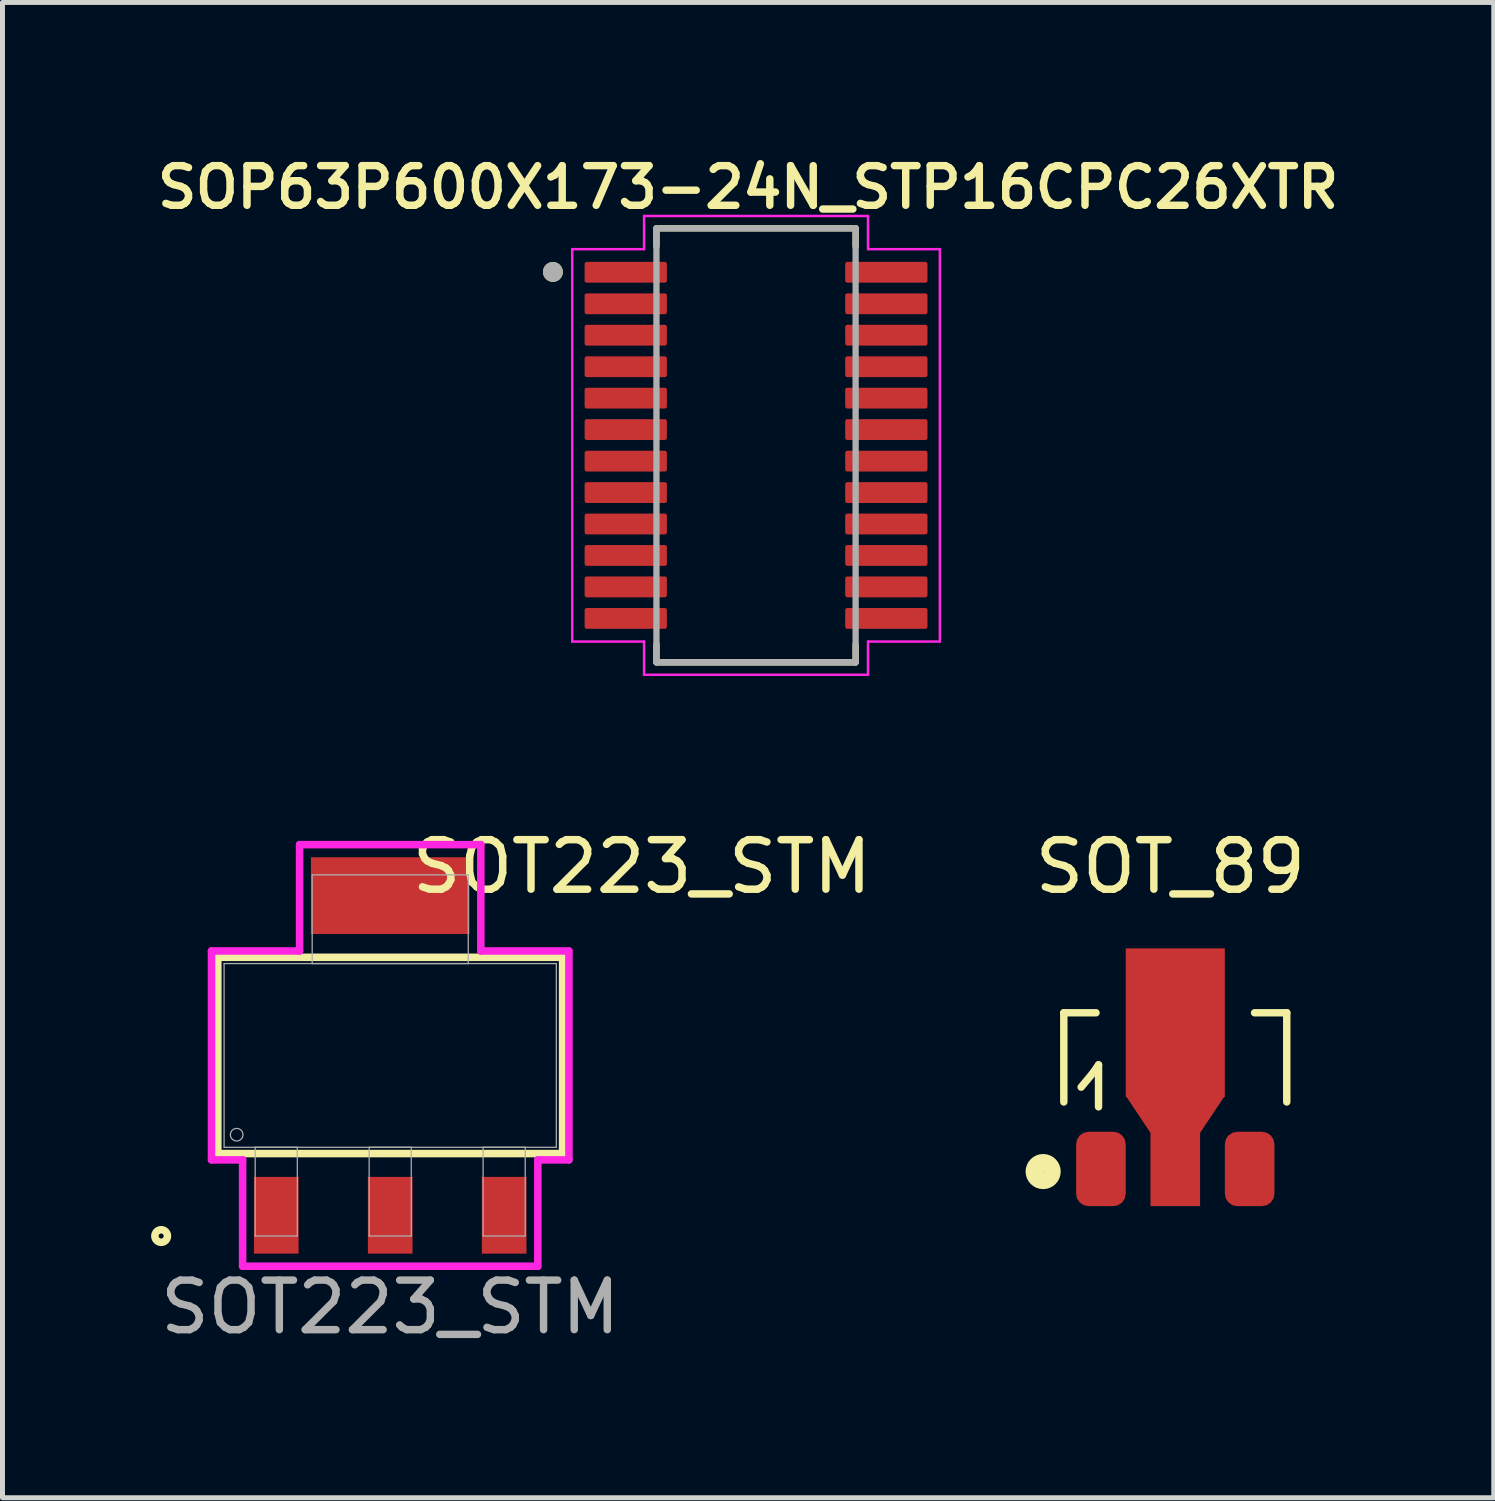
<source format=kicad_pcb>
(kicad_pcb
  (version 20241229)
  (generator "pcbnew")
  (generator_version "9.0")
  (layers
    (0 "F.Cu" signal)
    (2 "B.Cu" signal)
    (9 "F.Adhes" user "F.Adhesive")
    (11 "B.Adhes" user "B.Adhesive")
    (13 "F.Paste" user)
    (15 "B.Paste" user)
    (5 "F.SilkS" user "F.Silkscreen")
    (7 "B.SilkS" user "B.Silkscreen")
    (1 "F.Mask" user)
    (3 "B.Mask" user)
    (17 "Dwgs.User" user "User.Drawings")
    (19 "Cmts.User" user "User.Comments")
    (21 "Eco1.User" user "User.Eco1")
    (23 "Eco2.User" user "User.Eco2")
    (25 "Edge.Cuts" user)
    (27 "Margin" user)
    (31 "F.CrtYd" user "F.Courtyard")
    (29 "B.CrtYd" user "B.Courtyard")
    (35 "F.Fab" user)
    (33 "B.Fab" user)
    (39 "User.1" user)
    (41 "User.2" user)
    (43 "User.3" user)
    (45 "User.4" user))
  (footprint "SOT_89"
    (layer "F.Cu")
    (at 20.672 18.692)
    (property "Reference" "SOT_89" (at -0.099 -4.249 0) (layer "F.SilkS") (effects (font (size 1 1) (thickness 0.15))))
    (attr smd)
    (fp_line (start -2.25 -1.3) (end -2.25 0.5) (stroke (width 0.15) (type solid)) (layer "F.SilkS"))
    (fp_line (start -2.25 -1.3) (end -1.6 -1.3) (stroke (width 0.15) (type solid)) (layer "F.SilkS"))
    (fp_line (start -1.9 0.201) (end -1.651 -0.099) (stroke (width 0.15) (type solid)) (layer "F.SilkS"))
    (fp_line (start -1.651 -0.099) (end -1.549 -0.249) (stroke (width 0.15) (type solid)) (layer "F.SilkS"))
    (fp_line (start -1.549 -0.249) (end -1.549 0.599) (stroke (width 0.15) (type solid)) (layer "F.SilkS"))
    (fp_line (start 2.25 -1.3) (end 1.6 -1.3) (stroke (width 0.15) (type solid)) (layer "F.SilkS"))
    (fp_line (start 2.25 -1.3) (end 2.25 0.5) (stroke (width 0.15) (type solid)) (layer "F.SilkS"))
    (fp_circle (center -2.667 1.905) (end -2.54 2.032) (stroke (width 0.35) (type solid)) (fill no) (layer "F.SilkS"))
    (pad "1" smd roundrect (at -1.501 1.852) (size 1.001 1.501) (layers "F.Cu" "F.Mask" "F.Paste") (roundrect_rratio 0.25))
    (pad "2" smd rect (at 0 -1.1) (size 1.999 3) (layers "F.Cu" "F.Mask" "F.Paste"))
    (pad "2" smd trapezoid (at 0 0.749 180) (size 1.501 0.749) (rect_delta 0 0.5) (layers "F.Cu" "F.Mask" "F.Paste"))
    (pad "2" smd rect (at 0 1.852) (size 1.001 1.501) (layers "F.Cu" "F.Mask" "F.Paste"))
    (pad "3" smd roundrect (at 1.501 1.852) (size 1.001 1.501) (layers "F.Cu" "F.Mask" "F.Paste") (roundrect_rratio 0.25)))
  (footprint "SOT223_STM"
    (layer "F.Cu")
    (at 4.826 18.253)
    (property "Reference" "SOT223_STM" (at 5.08 -3.81 0) (unlocked yes) (layer "F.SilkS") (effects (font (size 1 1) (thickness 0.15))))
    (attr smd)
    (fp_line (start -3.48 -1.981) (end -3.48 1.981) (stroke (width 0.152) (type solid)) (layer "F.SilkS"))
    (fp_line (start -3.48 1.981) (end 3.48 1.981) (stroke (width 0.152) (type solid)) (layer "F.SilkS"))
    (fp_line (start 3.48 -1.981) (end -3.48 -1.981) (stroke (width 0.152) (type solid)) (layer "F.SilkS"))
    (fp_line (start 3.48 1.981) (end 3.48 -1.981) (stroke (width 0.152) (type solid)) (layer "F.SilkS"))
    (fp_circle (center -4.623 3.645) (end -4.496 3.645) (stroke (width 0.152) (type solid)) (fill no) (layer "F.SilkS"))
    (fp_line (start -3.607 -2.108) (end -1.829 -2.108) (stroke (width 0.152) (type solid)) (layer "F.CrtYd"))
    (fp_line (start -3.607 2.108) (end -3.607 -2.108) (stroke (width 0.152) (type solid)) (layer "F.CrtYd"))
    (fp_line (start -2.979 2.108) (end -3.607 2.108) (stroke (width 0.152) (type solid)) (layer "F.CrtYd"))
    (fp_line (start -2.979 4.255) (end -2.979 2.108) (stroke (width 0.152) (type solid)) (layer "F.CrtYd"))
    (fp_line (start -1.829 -4.255) (end 1.829 -4.255) (stroke (width 0.152) (type solid)) (layer "F.CrtYd"))
    (fp_line (start -1.829 -2.108) (end -1.829 -4.255) (stroke (width 0.152) (type solid)) (layer "F.CrtYd"))
    (fp_line (start 1.829 -4.255) (end 1.829 -2.108) (stroke (width 0.152) (type solid)) (layer "F.CrtYd"))
    (fp_line (start 1.829 -2.108) (end 3.607 -2.108) (stroke (width 0.152) (type solid)) (layer "F.CrtYd"))
    (fp_line (start 2.979 2.108) (end 2.979 4.255) (stroke (width 0.152) (type solid)) (layer "F.CrtYd"))
    (fp_line (start 2.979 4.255) (end -2.979 4.255) (stroke (width 0.152) (type solid)) (layer "F.CrtYd"))
    (fp_line (start 3.607 -2.108) (end 3.607 2.108) (stroke (width 0.152) (type solid)) (layer "F.CrtYd"))
    (fp_line (start 3.607 2.108) (end 2.979 2.108) (stroke (width 0.152) (type solid)) (layer "F.CrtYd"))
    (fp_line (start -3.353 -1.854) (end -3.353 1.854) (stroke (width 0.025) (type solid)) (layer "F.Fab"))
    (fp_line (start -3.353 1.854) (end 3.353 1.854) (stroke (width 0.025) (type solid)) (layer "F.Fab"))
    (fp_line (start -2.725 1.854) (end -2.725 3.645) (stroke (width 0.025) (type solid)) (layer "F.Fab"))
    (fp_line (start -2.725 3.645) (end -1.875 3.645) (stroke (width 0.025) (type solid)) (layer "F.Fab"))
    (fp_line (start -1.875 1.854) (end -2.725 1.854) (stroke (width 0.025) (type solid)) (layer "F.Fab"))
    (fp_line (start -1.875 3.645) (end -1.875 1.854) (stroke (width 0.025) (type solid)) (layer "F.Fab"))
    (fp_line (start -1.575 -3.645) (end -1.575 -1.854) (stroke (width 0.025) (type solid)) (layer "F.Fab"))
    (fp_line (start -1.575 -1.854) (end 1.575 -1.854) (stroke (width 0.025) (type solid)) (layer "F.Fab"))
    (fp_line (start -0.425 1.854) (end -0.425 3.645) (stroke (width 0.025) (type solid)) (layer "F.Fab"))
    (fp_line (start -0.425 3.645) (end 0.425 3.645) (stroke (width 0.025) (type solid)) (layer "F.Fab"))
    (fp_line (start 0.425 1.854) (end -0.425 1.854) (stroke (width 0.025) (type solid)) (layer "F.Fab"))
    (fp_line (start 0.425 3.645) (end 0.425 1.854) (stroke (width 0.025) (type solid)) (layer "F.Fab"))
    (fp_line (start 1.575 -3.645) (end -1.575 -3.645) (stroke (width 0.025) (type solid)) (layer "F.Fab"))
    (fp_line (start 1.575 -1.854) (end 1.575 -3.645) (stroke (width 0.025) (type solid)) (layer "F.Fab"))
    (fp_line (start 1.875 1.854) (end 1.875 3.645) (stroke (width 0.025) (type solid)) (layer "F.Fab"))
    (fp_line (start 1.875 3.645) (end 2.725 3.645) (stroke (width 0.025) (type solid)) (layer "F.Fab"))
    (fp_line (start 2.725 1.854) (end 1.875 1.854) (stroke (width 0.025) (type solid)) (layer "F.Fab"))
    (fp_line (start 2.725 3.645) (end 2.725 1.854) (stroke (width 0.025) (type solid)) (layer "F.Fab"))
    (fp_line (start 3.353 -1.854) (end -3.353 -1.854) (stroke (width 0.025) (type solid)) (layer "F.Fab"))
    (fp_line (start 3.353 1.854) (end 3.353 -1.854) (stroke (width 0.025) (type solid)) (layer "F.Fab"))
    (fp_circle (center -3.099 1.6) (end -2.972 1.6) (stroke (width 0.025) (type solid)) (fill no) (layer "F.Fab"))
    (fp_text user "${REFERENCE}" (at 0 5.08 0) (unlocked yes) (layer "F.Fab") (effects (font (size 1 1) (thickness 0.15))))
    (pad "1" smd rect (at -2.3 3.226) (size 0.901 1.549) (layers "F.Cu" "F.Mask" "F.Paste"))
    (pad "2" smd rect (at 0 3.226) (size 0.901 1.549) (layers "F.Cu" "F.Mask" "F.Paste"))
    (pad "3" smd rect (at 2.3 3.226) (size 0.901 1.549) (layers "F.Cu" "F.Mask" "F.Paste"))
    (pad "4" smd rect (at 0 -3.226) (size 3.2 1.549) (layers "F.Cu" "F.Mask" "F.Paste")))
  (footprint "SOP63P600X173-24N_STP16CPC26XTR"
    (layer "F.Cu")
    (at 12.21 5.939)
    (property "Reference" "SOP63P600X173-24N_STP16CPC26XTR" (at -0.16 -5.208 0) (layer "F.SilkS") (effects (font (size 0.8 0.8) (thickness 0.15))))
    (attr smd)
    (fp_line (start -2.01 -4.38) (end 2.01 -4.38) (stroke (width 0.127) (type solid)) (layer "F.SilkS"))
    (fp_line (start -2.01 -4.02) (end -2.01 -4.38) (stroke (width 0.127) (type solid)) (layer "F.SilkS"))
    (fp_line (start -2.01 4.38) (end -2.01 4.02) (stroke (width 0.127) (type solid)) (layer "F.SilkS"))
    (fp_line (start 2.01 -4.38) (end 2.01 -4.02) (stroke (width 0.127) (type solid)) (layer "F.SilkS"))
    (fp_line (start 2.01 4.02) (end 2.01 4.38) (stroke (width 0.127) (type solid)) (layer "F.SilkS"))
    (fp_line (start 2.01 4.38) (end -2.01 4.38) (stroke (width 0.127) (type solid)) (layer "F.SilkS"))
    (fp_circle (center -4.1 -3.5) (end -4 -3.5) (stroke (width 0.2) (type solid)) (fill no) (layer "F.SilkS"))
    (fp_line (start -3.71 -3.96) (end -2.26 -3.96) (stroke (width 0.05) (type solid)) (layer "F.CrtYd"))
    (fp_line (start -3.71 3.96) (end -3.71 -3.96) (stroke (width 0.05) (type solid)) (layer "F.CrtYd"))
    (fp_line (start -2.26 -4.63) (end 2.26 -4.63) (stroke (width 0.05) (type solid)) (layer "F.CrtYd"))
    (fp_line (start -2.26 -3.96) (end -2.26 -4.63) (stroke (width 0.05) (type solid)) (layer "F.CrtYd"))
    (fp_line (start -2.26 3.96) (end -3.71 3.96) (stroke (width 0.05) (type solid)) (layer "F.CrtYd"))
    (fp_line (start -2.26 4.63) (end -2.26 3.96) (stroke (width 0.05) (type solid)) (layer "F.CrtYd"))
    (fp_line (start 2.26 -4.63) (end 2.26 -3.96) (stroke (width 0.05) (type solid)) (layer "F.CrtYd"))
    (fp_line (start 2.26 -3.96) (end 3.71 -3.96) (stroke (width 0.05) (type solid)) (layer "F.CrtYd"))
    (fp_line (start 2.26 3.96) (end 2.26 4.63) (stroke (width 0.05) (type solid)) (layer "F.CrtYd"))
    (fp_line (start 2.26 4.63) (end -2.26 4.63) (stroke (width 0.05) (type solid)) (layer "F.CrtYd"))
    (fp_line (start 3.71 -3.96) (end 3.71 3.96) (stroke (width 0.05) (type solid)) (layer "F.CrtYd"))
    (fp_line (start 3.71 3.96) (end 2.26 3.96) (stroke (width 0.05) (type solid)) (layer "F.CrtYd"))
    (fp_line (start -2.01 -4.38) (end 2.01 -4.38) (stroke (width 0.127) (type solid)) (layer "F.Fab"))
    (fp_line (start -2.01 4.38) (end -2.01 -4.38) (stroke (width 0.127) (type solid)) (layer "F.Fab"))
    (fp_line (start 2.01 -4.38) (end 2.01 4.38) (stroke (width 0.127) (type solid)) (layer "F.Fab"))
    (fp_line (start 2.01 4.38) (end -2.01 4.38) (stroke (width 0.127) (type solid)) (layer "F.Fab"))
    (fp_circle (center -4.1 -3.5) (end -4 -3.5) (stroke (width 0.2) (type solid)) (fill no) (layer "F.Fab"))
    (pad "1" smd roundrect (at -2.63 -3.493) (size 1.66 0.42) (layers "F.Cu" "F.Mask" "F.Paste") (roundrect_rratio 0.1))
    (pad "2" smd roundrect (at -2.63 -2.857) (size 1.66 0.42) (layers "F.Cu" "F.Mask" "F.Paste") (roundrect_rratio 0.1))
    (pad "3" smd roundrect (at -2.63 -2.223) (size 1.66 0.42) (layers "F.Cu" "F.Mask" "F.Paste") (roundrect_rratio 0.1))
    (pad "4" smd roundrect (at -2.63 -1.587) (size 1.66 0.42) (layers "F.Cu" "F.Mask" "F.Paste") (roundrect_rratio 0.1))
    (pad "5" smd roundrect (at -2.63 -0.953) (size 1.66 0.42) (layers "F.Cu" "F.Mask" "F.Paste") (roundrect_rratio 0.1))
    (pad "6" smd roundrect (at -2.63 -0.318) (size 1.66 0.42) (layers "F.Cu" "F.Mask" "F.Paste") (roundrect_rratio 0.1))
    (pad "7" smd roundrect (at -2.63 0.318) (size 1.66 0.42) (layers "F.Cu" "F.Mask" "F.Paste") (roundrect_rratio 0.1))
    (pad "8" smd roundrect (at -2.63 0.953) (size 1.66 0.42) (layers "F.Cu" "F.Mask" "F.Paste") (roundrect_rratio 0.1))
    (pad "9" smd roundrect (at -2.63 1.587) (size 1.66 0.42) (layers "F.Cu" "F.Mask" "F.Paste") (roundrect_rratio 0.1))
    (pad "10" smd roundrect (at -2.63 2.223) (size 1.66 0.42) (layers "F.Cu" "F.Mask" "F.Paste") (roundrect_rratio 0.1))
    (pad "11" smd roundrect (at -2.63 2.857) (size 1.66 0.42) (layers "F.Cu" "F.Mask" "F.Paste") (roundrect_rratio 0.1))
    (pad "12" smd roundrect (at -2.63 3.493) (size 1.66 0.42) (layers "F.Cu" "F.Mask" "F.Paste") (roundrect_rratio 0.1))
    (pad "13" smd roundrect (at 2.63 3.493 180) (size 1.66 0.42) (layers "F.Cu" "F.Mask" "F.Paste") (roundrect_rratio 0.1))
    (pad "14" smd roundrect (at 2.63 2.857 180) (size 1.66 0.42) (layers "F.Cu" "F.Mask" "F.Paste") (roundrect_rratio 0.1))
    (pad "15" smd roundrect (at 2.63 2.223 180) (size 1.66 0.42) (layers "F.Cu" "F.Mask" "F.Paste") (roundrect_rratio 0.1))
    (pad "16" smd roundrect (at 2.63 1.587 180) (size 1.66 0.42) (layers "F.Cu" "F.Mask" "F.Paste") (roundrect_rratio 0.1))
    (pad "17" smd roundrect (at 2.63 0.953 180) (size 1.66 0.42) (layers "F.Cu" "F.Mask" "F.Paste") (roundrect_rratio 0.1))
    (pad "18" smd roundrect (at 2.63 0.318 180) (size 1.66 0.42) (layers "F.Cu" "F.Mask" "F.Paste") (roundrect_rratio 0.1))
    (pad "19" smd roundrect (at 2.63 -0.318 180) (size 1.66 0.42) (layers "F.Cu" "F.Mask" "F.Paste") (roundrect_rratio 0.1))
    (pad "20" smd roundrect (at 2.63 -0.953 180) (size 1.66 0.42) (layers "F.Cu" "F.Mask" "F.Paste") (roundrect_rratio 0.1))
    (pad "21" smd roundrect (at 2.63 -1.587 180) (size 1.66 0.42) (layers "F.Cu" "F.Mask" "F.Paste") (roundrect_rratio 0.1))
    (pad "22" smd roundrect (at 2.63 -2.223 180) (size 1.66 0.42) (layers "F.Cu" "F.Mask" "F.Paste") (roundrect_rratio 0.1))
    (pad "23" smd roundrect (at 2.63 -2.857 180) (size 1.66 0.42) (layers "F.Cu" "F.Mask" "F.Paste") (roundrect_rratio 0.1))
    (pad "24" smd roundrect (at 2.63 -3.493 180) (size 1.66 0.42) (layers "F.Cu" "F.Mask" "F.Paste") (roundrect_rratio 0.1)))
  (gr_rect
    (start -3 -3)
    (end 27.1 27.181)
    (stroke (width 0.1) (type default))
    (fill no)
    (layer "Edge.Cuts")))
</source>
